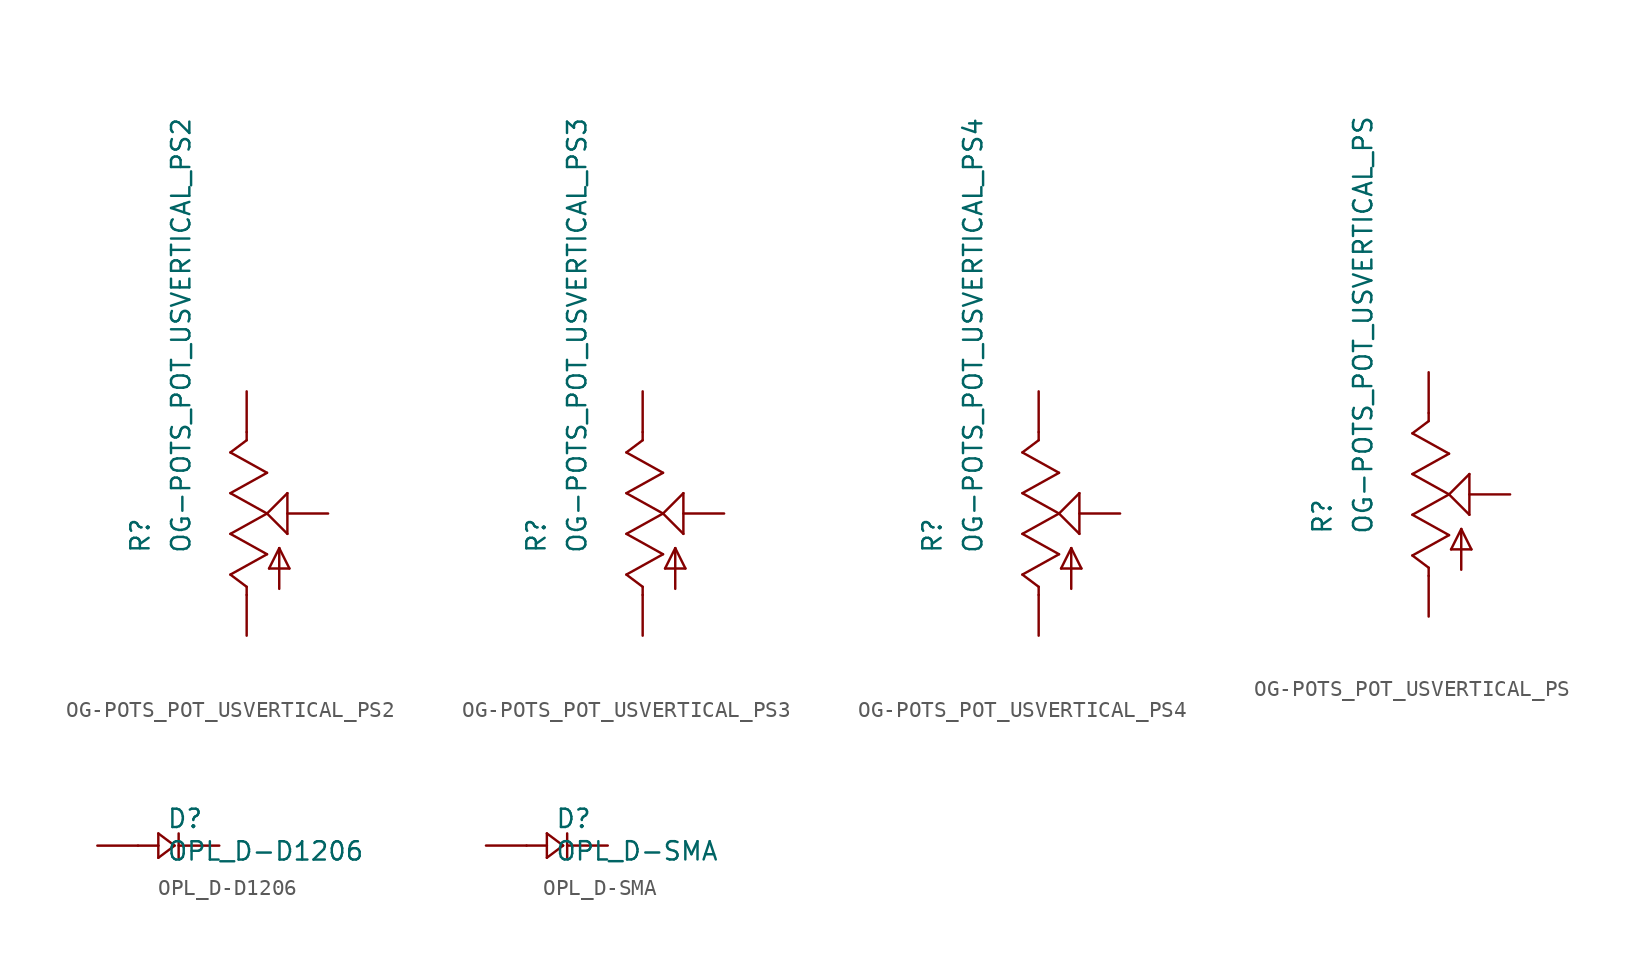
<source format=kicad_sym>
(kicad_symbol_lib
  (version 20210619)
  (generator kicad_symbol_editor)
  (symbol "OG-POTS_POT_USVERTICAL_PS2"
    (pin_numbers hide)
    (pin_names
      (offset 1.016) hide)
    (property "Reference" "R"
      (at -5.969 -2.54 90)
      (effects (font (size 1.143 1.143)) (justify left bottom)))
    (property "Value" "OG-POTS_POT_USVERTICAL_PS2"
      (at -3.429 -2.54 90)
      (effects (font (size 1.143 1.143)) (justify left bottom)))
    (property "ki_locked" ""
      (at 0 0 0)
      (effects (font (size 1.27 1.27))))
    (symbol "OG-POTS_POT_USVERTICAL_PS2_1_0"
      (polyline (pts (xy -1.016 -3.81) (xy 1.27 -2.54)) (stroke (width 0)) (fill (type none)))
      (polyline (pts (xy -1.016 -1.27) (xy 1.27 0)) (stroke (width 0)) (fill (type none)))
      (polyline (pts (xy -1.016 1.27) (xy 1.27 2.54)) (stroke (width 0)) (fill (type none)))
      (polyline (pts (xy -1.016 3.81) (xy 0 4.572)) (stroke (width 0)) (fill (type none)))
      (polyline (pts (xy 0 -5.08) (xy 0 -4.572)) (stroke (width 0)) (fill (type none)))
      (polyline (pts (xy 0 -4.572) (xy -1.016 -3.81)) (stroke (width 0)) (fill (type none)))
      (polyline (pts (xy 0 4.572) (xy 0 5.08)) (stroke (width 0)) (fill (type none)))
      (polyline (pts (xy 1.27 -2.54) (xy -1.016 -1.27)) (stroke (width 0)) (fill (type none)))
      (polyline (pts (xy 1.27 0) (xy -1.016 1.27)) (stroke (width 0)) (fill (type none)))
      (polyline (pts (xy 1.27 0) (xy 2.54 1.27)) (stroke (width 0)) (fill (type none)))
      (polyline (pts (xy 1.27 2.54) (xy -1.016 3.81)) (stroke (width 0)) (fill (type none)))
      (polyline (pts (xy 1.397 -3.429) (xy 2.032 -2.159)) (stroke (width 0)) (fill (type none)))
      (polyline (pts (xy 2.032 -4.699) (xy 2.032 -2.159)) (stroke (width 0)) (fill (type none)))
      (polyline (pts (xy 2.032 -2.159) (xy 2.667 -3.429)) (stroke (width 0)) (fill (type none)))
      (polyline (pts (xy 2.54 -1.27) (xy 1.27 0)) (stroke (width 0)) (fill (type none)))
      (polyline (pts (xy 2.54 1.27) (xy 2.54 -1.27)) (stroke (width 0)) (fill (type none)))
      (polyline (pts (xy 2.667 -3.429) (xy 1.397 -3.429)) (stroke (width 0)) (fill (type none))))
    (symbol "OG-POTS_POT_USVERTICAL_PS2_1_1"
      (pin passive line (at 0 7.62 270) (length 2.54) (name "E" (effects (font (size 1.016 1.016)))) (number "P$1" (effects (font (size 1.016 1.016)))))
      (pin passive line (at 5.08 0 180) (length 2.54) (name "S" (effects (font (size 1.016 1.016)))) (number "P$2" (effects (font (size 1.016 1.016)))))
      (pin passive line (at 0 -7.62 90) (length 2.54) (name "A" (effects (font (size 1.016 1.016)))) (number "P$3" (effects (font (size 1.016 1.016)))))))
  (symbol "OG-POTS_POT_USVERTICAL_PS3"
    (pin_numbers hide)
    (pin_names
      (offset 1.016) hide)
    (property "Reference" "R"
      (at -5.969 -2.54 90)
      (effects (font (size 1.143 1.143)) (justify left bottom)))
    (property "Value" "OG-POTS_POT_USVERTICAL_PS3"
      (at -3.429 -2.54 90)
      (effects (font (size 1.143 1.143)) (justify left bottom)))
    (property "ki_locked" ""
      (at 0 0 0)
      (effects (font (size 1.27 1.27))))
    (symbol "OG-POTS_POT_USVERTICAL_PS3_1_0"
      (polyline (pts (xy -1.016 -3.81) (xy 1.27 -2.54)) (stroke (width 0)) (fill (type none)))
      (polyline (pts (xy -1.016 -1.27) (xy 1.27 0)) (stroke (width 0)) (fill (type none)))
      (polyline (pts (xy -1.016 1.27) (xy 1.27 2.54)) (stroke (width 0)) (fill (type none)))
      (polyline (pts (xy -1.016 3.81) (xy 0 4.572)) (stroke (width 0)) (fill (type none)))
      (polyline (pts (xy 0 -5.08) (xy 0 -4.572)) (stroke (width 0)) (fill (type none)))
      (polyline (pts (xy 0 -4.572) (xy -1.016 -3.81)) (stroke (width 0)) (fill (type none)))
      (polyline (pts (xy 0 4.572) (xy 0 5.08)) (stroke (width 0)) (fill (type none)))
      (polyline (pts (xy 1.27 -2.54) (xy -1.016 -1.27)) (stroke (width 0)) (fill (type none)))
      (polyline (pts (xy 1.27 0) (xy -1.016 1.27)) (stroke (width 0)) (fill (type none)))
      (polyline (pts (xy 1.27 0) (xy 2.54 1.27)) (stroke (width 0)) (fill (type none)))
      (polyline (pts (xy 1.27 2.54) (xy -1.016 3.81)) (stroke (width 0)) (fill (type none)))
      (polyline (pts (xy 1.397 -3.429) (xy 2.032 -2.159)) (stroke (width 0)) (fill (type none)))
      (polyline (pts (xy 2.032 -4.699) (xy 2.032 -2.159)) (stroke (width 0)) (fill (type none)))
      (polyline (pts (xy 2.032 -2.159) (xy 2.667 -3.429)) (stroke (width 0)) (fill (type none)))
      (polyline (pts (xy 2.54 -1.27) (xy 1.27 0)) (stroke (width 0)) (fill (type none)))
      (polyline (pts (xy 2.54 1.27) (xy 2.54 -1.27)) (stroke (width 0)) (fill (type none)))
      (polyline (pts (xy 2.667 -3.429) (xy 1.397 -3.429)) (stroke (width 0)) (fill (type none))))
    (symbol "OG-POTS_POT_USVERTICAL_PS3_1_1"
      (pin passive line (at 0 7.62 270) (length 2.54) (name "E" (effects (font (size 1.016 1.016)))) (number "P$1" (effects (font (size 1.016 1.016)))))
      (pin passive line (at 5.08 0 180) (length 2.54) (name "S" (effects (font (size 1.016 1.016)))) (number "P$2" (effects (font (size 1.016 1.016)))))
      (pin passive line (at 0 -7.62 90) (length 2.54) (name "A" (effects (font (size 1.016 1.016)))) (number "P$3" (effects (font (size 1.016 1.016)))))))
  (symbol "OG-POTS_POT_USVERTICAL_PS4"
    (pin_numbers hide)
    (pin_names
      (offset 1.016) hide)
    (property "Reference" "R"
      (at -5.969 -2.54 90)
      (effects (font (size 1.143 1.143)) (justify left bottom)))
    (property "Value" "OG-POTS_POT_USVERTICAL_PS4"
      (at -3.429 -2.54 90)
      (effects (font (size 1.143 1.143)) (justify left bottom)))
    (property "ki_locked" ""
      (at 0 0 0)
      (effects (font (size 1.27 1.27))))
    (symbol "OG-POTS_POT_USVERTICAL_PS4_1_0"
      (polyline (pts (xy -1.016 -3.81) (xy 1.27 -2.54)) (stroke (width 0)) (fill (type none)))
      (polyline (pts (xy -1.016 -1.27) (xy 1.27 0)) (stroke (width 0)) (fill (type none)))
      (polyline (pts (xy -1.016 1.27) (xy 1.27 2.54)) (stroke (width 0)) (fill (type none)))
      (polyline (pts (xy -1.016 3.81) (xy 0 4.572)) (stroke (width 0)) (fill (type none)))
      (polyline (pts (xy 0 -5.08) (xy 0 -4.572)) (stroke (width 0)) (fill (type none)))
      (polyline (pts (xy 0 -4.572) (xy -1.016 -3.81)) (stroke (width 0)) (fill (type none)))
      (polyline (pts (xy 0 4.572) (xy 0 5.08)) (stroke (width 0)) (fill (type none)))
      (polyline (pts (xy 1.27 -2.54) (xy -1.016 -1.27)) (stroke (width 0)) (fill (type none)))
      (polyline (pts (xy 1.27 0) (xy -1.016 1.27)) (stroke (width 0)) (fill (type none)))
      (polyline (pts (xy 1.27 0) (xy 2.54 1.27)) (stroke (width 0)) (fill (type none)))
      (polyline (pts (xy 1.27 2.54) (xy -1.016 3.81)) (stroke (width 0)) (fill (type none)))
      (polyline (pts (xy 1.397 -3.429) (xy 2.032 -2.159)) (stroke (width 0)) (fill (type none)))
      (polyline (pts (xy 2.032 -4.699) (xy 2.032 -2.159)) (stroke (width 0)) (fill (type none)))
      (polyline (pts (xy 2.032 -2.159) (xy 2.667 -3.429)) (stroke (width 0)) (fill (type none)))
      (polyline (pts (xy 2.54 -1.27) (xy 1.27 0)) (stroke (width 0)) (fill (type none)))
      (polyline (pts (xy 2.54 1.27) (xy 2.54 -1.27)) (stroke (width 0)) (fill (type none)))
      (polyline (pts (xy 2.667 -3.429) (xy 1.397 -3.429)) (stroke (width 0)) (fill (type none))))
    (symbol "OG-POTS_POT_USVERTICAL_PS4_1_1"
      (pin passive line (at 0 7.62 270) (length 2.54) (name "E" (effects (font (size 1.016 1.016)))) (number "P$1" (effects (font (size 1.016 1.016)))))
      (pin passive line (at 5.08 0 180) (length 2.54) (name "S" (effects (font (size 1.016 1.016)))) (number "P$2" (effects (font (size 1.016 1.016)))))
      (pin passive line (at 0 -7.62 90) (length 2.54) (name "A" (effects (font (size 1.016 1.016)))) (number "P$3" (effects (font (size 1.016 1.016)))))))
  (symbol "OG-POTS_POT_USVERTICAL_PS"
    (pin_numbers hide)
    (pin_names
      (offset 1.016) hide)
    (property "Reference" "R"
      (at -5.969 -2.54 90)
      (effects (font (size 1.143 1.143)) (justify left bottom)))
    (property "Value" "OG-POTS_POT_USVERTICAL_PS"
      (at -3.429 -2.54 90)
      (effects (font (size 1.143 1.143)) (justify left bottom)))
    (property "ki_locked" ""
      (at 0 0 0)
      (effects (font (size 1.27 1.27))))
    (symbol "OG-POTS_POT_USVERTICAL_PS_1_0"
      (polyline (pts (xy -1.016 -3.81) (xy 1.27 -2.54)) (stroke (width 0)) (fill (type none)))
      (polyline (pts (xy -1.016 -1.27) (xy 1.27 0)) (stroke (width 0)) (fill (type none)))
      (polyline (pts (xy -1.016 1.27) (xy 1.27 2.54)) (stroke (width 0)) (fill (type none)))
      (polyline (pts (xy -1.016 3.81) (xy 0 4.572)) (stroke (width 0)) (fill (type none)))
      (polyline (pts (xy 0 -5.08) (xy 0 -4.572)) (stroke (width 0)) (fill (type none)))
      (polyline (pts (xy 0 -4.572) (xy -1.016 -3.81)) (stroke (width 0)) (fill (type none)))
      (polyline (pts (xy 0 4.572) (xy 0 5.08)) (stroke (width 0)) (fill (type none)))
      (polyline (pts (xy 1.27 -2.54) (xy -1.016 -1.27)) (stroke (width 0)) (fill (type none)))
      (polyline (pts (xy 1.27 0) (xy -1.016 1.27)) (stroke (width 0)) (fill (type none)))
      (polyline (pts (xy 1.27 0) (xy 2.54 1.27)) (stroke (width 0)) (fill (type none)))
      (polyline (pts (xy 1.27 2.54) (xy -1.016 3.81)) (stroke (width 0)) (fill (type none)))
      (polyline (pts (xy 1.397 -3.429) (xy 2.032 -2.159)) (stroke (width 0)) (fill (type none)))
      (polyline (pts (xy 2.032 -4.699) (xy 2.032 -2.159)) (stroke (width 0)) (fill (type none)))
      (polyline (pts (xy 2.032 -2.159) (xy 2.667 -3.429)) (stroke (width 0)) (fill (type none)))
      (polyline (pts (xy 2.54 -1.27) (xy 1.27 0)) (stroke (width 0)) (fill (type none)))
      (polyline (pts (xy 2.54 1.27) (xy 2.54 -1.27)) (stroke (width 0)) (fill (type none)))
      (polyline (pts (xy 2.667 -3.429) (xy 1.397 -3.429)) (stroke (width 0)) (fill (type none))))
    (symbol "OG-POTS_POT_USVERTICAL_PS_1_1"
      (pin passive line (at 0 7.62 270) (length 2.54) (name "E" (effects (font (size 1.016 1.016)))) (number "P$1" (effects (font (size 1.016 1.016)))))
      (pin passive line (at 5.08 0 180) (length 2.54) (name "S" (effects (font (size 1.016 1.016)))) (number "P$2" (effects (font (size 1.016 1.016)))))
      (pin passive line (at 0 -7.62 90) (length 2.54) (name "A" (effects (font (size 1.016 1.016)))) (number "P$3" (effects (font (size 1.016 1.016)))))))
  (symbol "OPL_D-D1206"
    (pin_numbers hide)
    (pin_names
      (offset 1.016) hide)
    (property "Reference" "D"
      (at 0.508 1.016 0)
      (effects (font (size 1.143 1.143)) (justify left bottom)))
    (property "Value" "OPL_D-D1206"
      (at 0.508 -1.016 0)
      (effects (font (size 1.143 1.143)) (justify left bottom)))
    (property "ki_locked" ""
      (at 0 0 0)
      (effects (font (size 1.27 1.27))))
    (symbol "OPL_D-D1206_1_0"
      (polyline (pts (xy -1.27 0) (xy 0 0)) (stroke (width 0)) (fill (type none)))
      (polyline (pts (xy 0 -0.762) (xy 0 0)) (stroke (width 0)) (fill (type none)))
      (polyline (pts (xy 0 -0.762) (xy 1.016 0)) (stroke (width 0)) (fill (type none)))
      (polyline (pts (xy 0 0) (xy 0 0.762)) (stroke (width 0)) (fill (type none)))
      (polyline (pts (xy 0 0.762) (xy 1.016 0)) (stroke (width 0)) (fill (type none)))
      (polyline (pts (xy 1.27 0.762) (xy 1.27 -0.762)) (stroke (width 0)) (fill (type none))))
    (symbol "OPL_D-D1206_1_1"
      (pin passive line (at -3.81 0 0) (length 2.54) (name "+" (effects (font (size 1.016 1.016)))) (number "A" (effects (font (size 1.016 1.016)))))
      (pin passive line (at 3.81 0 180) (length 2.54) (name "-" (effects (font (size 1.016 1.016)))) (number "C" (effects (font (size 1.016 1.016)))))))
  (symbol "OPL_D-SMA"
    (pin_numbers hide)
    (pin_names
      (offset 1.016) hide)
    (property "Reference" "D"
      (at 0.508 1.016 0)
      (effects (font (size 1.143 1.143)) (justify left bottom)))
    (property "Value" "OPL_D-SMA"
      (at 0.508 -1.016 0)
      (effects (font (size 1.143 1.143)) (justify left bottom)))
    (property "ki_locked" ""
      (at 0 0 0)
      (effects (font (size 1.27 1.27))))
    (symbol "OPL_D-SMA_1_0"
      (polyline (pts (xy -1.27 0) (xy 0 0)) (stroke (width 0)) (fill (type none)))
      (polyline (pts (xy 0 -0.762) (xy 0 0)) (stroke (width 0)) (fill (type none)))
      (polyline (pts (xy 0 -0.762) (xy 1.016 0)) (stroke (width 0)) (fill (type none)))
      (polyline (pts (xy 0 0) (xy 0 0.762)) (stroke (width 0)) (fill (type none)))
      (polyline (pts (xy 0 0.762) (xy 1.016 0)) (stroke (width 0)) (fill (type none)))
      (polyline (pts (xy 1.27 0.762) (xy 1.27 -0.762)) (stroke (width 0)) (fill (type none))))
    (symbol "OPL_D-SMA_1_1"
      (pin passive line (at -3.81 0 0) (length 2.54) (name "+" (effects (font (size 1.016 1.016)))) (number "1" (effects (font (size 1.016 1.016)))))
      (pin passive line (at 3.81 0 180) (length 2.54) (name "-" (effects (font (size 1.016 1.016)))) (number "2" (effects (font (size 1.016 1.016))))))))
</source>
